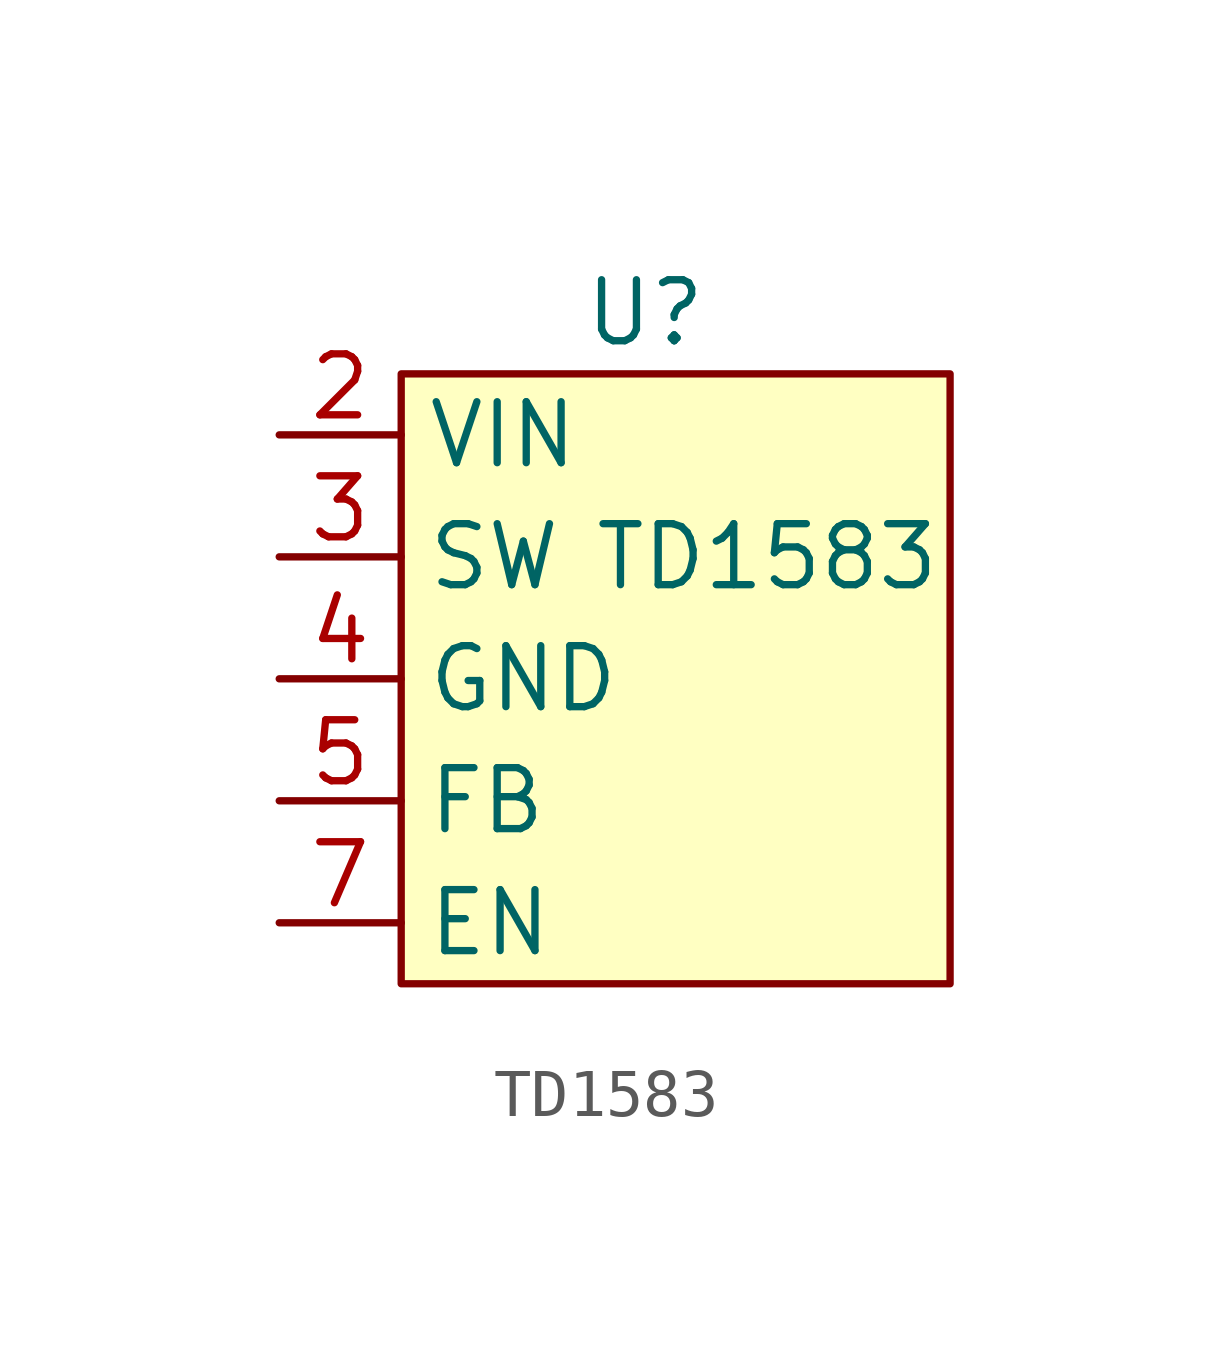
<source format=kicad_sym>
(kicad_symbol_lib
  (version 20211014)
  (generator kicad_symbol_editor)
  (symbol "TD1583"
    (property "Reference" "U"
      (at 7.62 2.54 0)
      (effects (font (size 1.27 1.27))))
    (property "Value" "TD1583"
      (at 10.16 -2.54 0)
      (effects (font (size 1.27 1.27))))
    (symbol "TD1583_0_0"
      (pin unspecified line (at 0 0 0) (length 2.54) (name "VIN" (effects (font (size 1.27 1.27)))) (number "2" (effects (font (size 1.27 1.27)))))
      (pin unspecified line (at 0 -2.54 0) (length 2.54) (name "SW" (effects (font (size 1.27 1.27)))) (number "3" (effects (font (size 1.27 1.27)))))
      (pin unspecified line (at 0 -5.08 0) (length 2.54) (name "GND" (effects (font (size 1.27 1.27)))) (number "4" (effects (font (size 1.27 1.27)))))
      (pin unspecified line (at 0 -7.62 0) (length 2.54) (name "FB" (effects (font (size 1.27 1.27)))) (number "5" (effects (font (size 1.27 1.27)))))
      (pin unspecified line (at 0 -10.16 0) (length 2.54) (name "EN" (effects (font (size 1.27 1.27)))) (number "7" (effects (font (size 1.27 1.27))))))
    (symbol "TD1583_0_1"
      (rectangle (start 2.54 1.27) (end 13.97 -11.43) (stroke (width 0) (type default) (color 0 0 0 0)) (fill (type background))))))
</source>
